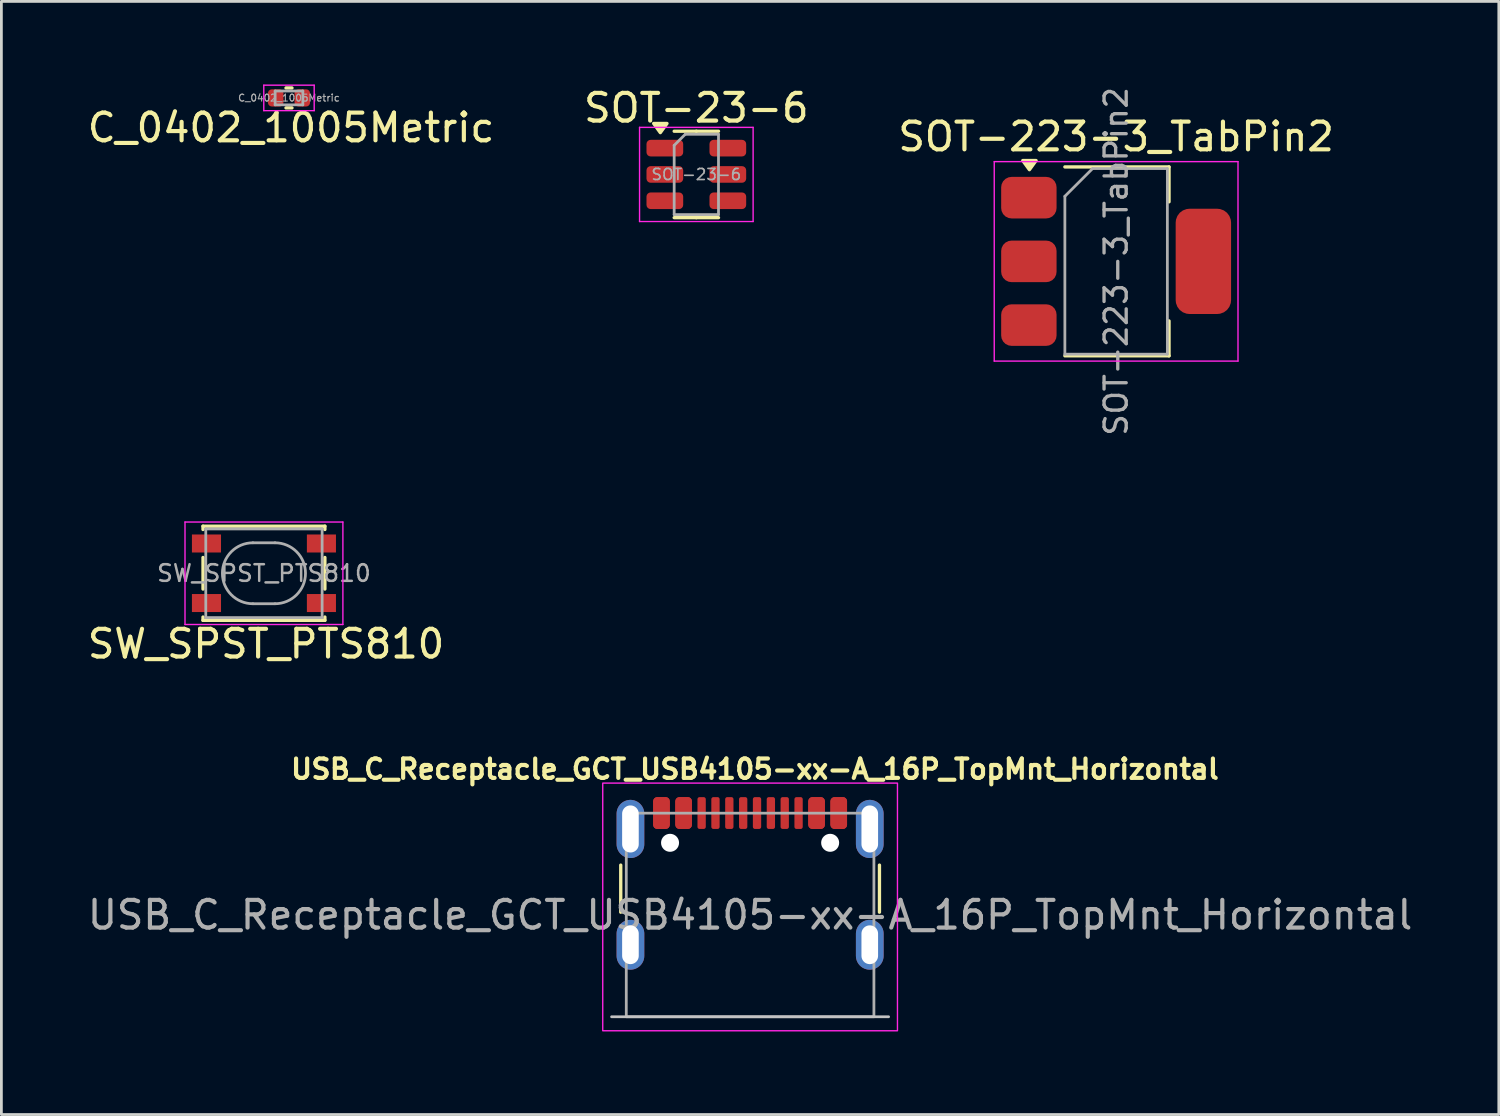
<source format=kicad_pcb>
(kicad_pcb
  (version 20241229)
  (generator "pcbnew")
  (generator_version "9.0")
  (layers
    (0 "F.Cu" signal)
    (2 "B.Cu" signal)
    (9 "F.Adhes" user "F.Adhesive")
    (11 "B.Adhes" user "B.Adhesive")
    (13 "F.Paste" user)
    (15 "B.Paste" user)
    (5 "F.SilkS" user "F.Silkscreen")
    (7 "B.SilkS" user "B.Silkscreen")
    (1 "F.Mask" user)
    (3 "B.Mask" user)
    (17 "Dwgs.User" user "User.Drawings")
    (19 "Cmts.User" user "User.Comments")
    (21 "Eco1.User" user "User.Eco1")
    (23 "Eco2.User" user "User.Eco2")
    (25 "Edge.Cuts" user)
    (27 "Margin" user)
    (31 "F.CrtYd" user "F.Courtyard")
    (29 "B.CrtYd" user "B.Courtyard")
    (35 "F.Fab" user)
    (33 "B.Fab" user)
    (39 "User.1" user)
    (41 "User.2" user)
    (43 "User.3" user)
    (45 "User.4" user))
  (footprint "SOT-223-3_TabPin2"
    (layer "F.Cu")
    (at 37.244 6.386)
    (property "Reference" "SOT-223-3_TabPin2" (at 0 -4.5 0) (layer "F.SilkS") (effects (font (size 1 1) (thickness 0.15))))
    (attr smd)
    (fp_line (start -1.85 -3.41) (end 1.91 -3.41) (stroke (width 0.12) (type solid)) (layer "F.SilkS"))
    (fp_line (start -1.85 3.41) (end 1.91 3.41) (stroke (width 0.12) (type solid)) (layer "F.SilkS"))
    (fp_line (start 1.91 -3.41) (end 1.91 -2.15) (stroke (width 0.12) (type solid)) (layer "F.SilkS"))
    (fp_line (start 1.91 3.41) (end 1.91 2.15) (stroke (width 0.12) (type solid)) (layer "F.SilkS"))
    (fp_poly (pts (xy -3.13 -3.31) (xy -3.37 -3.64) (xy -2.89 -3.64) (xy -3.13 -3.31)) (stroke (width 0.12) (type solid)) (fill yes) (layer "F.SilkS"))
    (fp_line (start -4.4 -3.6) (end -4.4 3.6) (stroke (width 0.05) (type solid)) (layer "F.CrtYd"))
    (fp_line (start -4.4 3.6) (end 4.4 3.6) (stroke (width 0.05) (type solid)) (layer "F.CrtYd"))
    (fp_line (start 4.4 -3.6) (end -4.4 -3.6) (stroke (width 0.05) (type solid)) (layer "F.CrtYd"))
    (fp_line (start 4.4 3.6) (end 4.4 -3.6) (stroke (width 0.05) (type solid)) (layer "F.CrtYd"))
    (fp_line (start -1.85 -2.35) (end -1.85 3.35) (stroke (width 0.1) (type solid)) (layer "F.Fab"))
    (fp_line (start -1.85 -2.35) (end -0.85 -3.35) (stroke (width 0.1) (type solid)) (layer "F.Fab"))
    (fp_line (start -1.85 3.35) (end 1.85 3.35) (stroke (width 0.1) (type solid)) (layer "F.Fab"))
    (fp_line (start -0.85 -3.35) (end 1.85 -3.35) (stroke (width 0.1) (type solid)) (layer "F.Fab"))
    (fp_line (start 1.85 -3.35) (end 1.85 3.35) (stroke (width 0.1) (type solid)) (layer "F.Fab"))
    (fp_text user "${REFERENCE}" (at 0 0 90) (layer "F.Fab") (effects (font (size 0.8 0.8) (thickness 0.12))))
    (pad "1" smd roundrect (at -3.15 -2.3 180) (size 2 1.5) (layers "F.Cu" "F.Mask" "F.Paste") (roundrect_rratio 0.25))
    (pad "2" smd roundrect (at -3.15 0 180) (size 2 1.5) (layers "F.Cu" "F.Mask" "F.Paste") (roundrect_rratio 0.25))
    (pad "2" smd roundrect (at 3.15 0 180) (size 2 3.8) (layers "F.Cu" "F.Mask" "F.Paste") (roundrect_rratio 0.25))
    (pad "3" smd roundrect (at -3.15 2.3 180) (size 2 1.5) (layers "F.Cu" "F.Mask" "F.Paste") (roundrect_rratio 0.25)))
  (footprint "SOT-23-6"
    (layer "F.Cu")
    (at 22.089 3.248)
    (property "Reference" "SOT-23-6" (at 0 -2.4 0) (layer "F.SilkS") (effects (font (size 1 1) (thickness 0.15))))
    (attr smd)
    (fp_line (start 0 -1.56) (end -0.8 -1.56) (stroke (width 0.12) (type solid)) (layer "F.SilkS"))
    (fp_line (start 0 -1.56) (end 0.8 -1.56) (stroke (width 0.12) (type solid)) (layer "F.SilkS"))
    (fp_line (start 0 1.56) (end -0.8 1.56) (stroke (width 0.12) (type solid)) (layer "F.SilkS"))
    (fp_line (start 0 1.56) (end 0.8 1.56) (stroke (width 0.12) (type solid)) (layer "F.SilkS"))
    (fp_poly (pts (xy -1.3 -1.51) (xy -1.54 -1.84) (xy -1.06 -1.84) (xy -1.3 -1.51)) (stroke (width 0.12) (type solid)) (fill yes) (layer "F.SilkS"))
    (fp_line (start -2.05 -1.7) (end -2.05 1.7) (stroke (width 0.05) (type solid)) (layer "F.CrtYd"))
    (fp_line (start -2.05 1.7) (end 2.05 1.7) (stroke (width 0.05) (type solid)) (layer "F.CrtYd"))
    (fp_line (start 2.05 -1.7) (end -2.05 -1.7) (stroke (width 0.05) (type solid)) (layer "F.CrtYd"))
    (fp_line (start 2.05 1.7) (end 2.05 -1.7) (stroke (width 0.05) (type solid)) (layer "F.CrtYd"))
    (fp_line (start -0.8 -1.05) (end -0.4 -1.45) (stroke (width 0.1) (type solid)) (layer "F.Fab"))
    (fp_line (start -0.8 1.45) (end -0.8 -1.05) (stroke (width 0.1) (type solid)) (layer "F.Fab"))
    (fp_line (start -0.4 -1.45) (end 0.8 -1.45) (stroke (width 0.1) (type solid)) (layer "F.Fab"))
    (fp_line (start 0.8 -1.45) (end 0.8 1.45) (stroke (width 0.1) (type solid)) (layer "F.Fab"))
    (fp_line (start 0.8 1.45) (end -0.8 1.45) (stroke (width 0.1) (type solid)) (layer "F.Fab"))
    (fp_text user "${REFERENCE}" (at 0 0 0) (layer "F.Fab") (effects (font (size 0.4 0.4) (thickness 0.06))))
    (pad "1" smd roundrect (at -1.137 -0.95) (size 1.325 0.6) (layers "F.Cu" "F.Mask" "F.Paste") (roundrect_rratio 0.25))
    (pad "2" smd roundrect (at -1.137 0) (size 1.325 0.6) (layers "F.Cu" "F.Mask" "F.Paste") (roundrect_rratio 0.25))
    (pad "3" smd roundrect (at -1.137 0.95) (size 1.325 0.6) (layers "F.Cu" "F.Mask" "F.Paste") (roundrect_rratio 0.25))
    (pad "4" smd roundrect (at 1.137 0.95) (size 1.325 0.6) (layers "F.Cu" "F.Mask" "F.Paste") (roundrect_rratio 0.25))
    (pad "5" smd roundrect (at 1.137 0) (size 1.325 0.6) (layers "F.Cu" "F.Mask" "F.Paste") (roundrect_rratio 0.25))
    (pad "6" smd roundrect (at 1.137 -0.95) (size 1.325 0.6) (layers "F.Cu" "F.Mask" "F.Paste") (roundrect_rratio 0.25)))
  (footprint "USB_C_Receptacle_GCT_USB4105-xx-A_16P_TopMnt_Horizontal"
    (layer "F.Cu")
    (at 24.03 29.982)
    (property "Reference" "USB_C_Receptacle_GCT_USB4105-xx-A_16P_TopMnt_Horizontal" (at 0.175 -5.265 0) (unlocked yes) (layer "F.SilkS") (effects (font (size 0.7 0.7) (thickness 0.15))))
    (attr smd)
    (fp_line (start -4.67 -0.1) (end -4.67 -1.8) (stroke (width 0.12) (type solid)) (layer "F.SilkS"))
    (fp_line (start 4.67 -0.1) (end 4.67 -1.8) (stroke (width 0.12) (type solid)) (layer "F.SilkS"))
    (fp_line (start 5 3.675) (end -5 3.675) (stroke (width 0.1) (type solid)) (layer "Dwgs.User"))
    (fp_rect (start -5.32 -4.76) (end 5.32 4.18) (stroke (width 0.05) (type solid)) (fill no) (layer "F.CrtYd"))
    (fp_rect (start -4.47 -3.675) (end 4.47 3.675) (stroke (width 0.1) (type solid)) (fill no) (layer "F.Fab"))
    (fp_text user "${REFERENCE}" (at 0 0 0) (unlocked yes) (layer "F.Fab") (effects (font (size 1 1) (thickness 0.15))))
    (pad "" np_thru_hole circle (at -2.89 -2.605) (size 0.65 0.65) (drill 0.65) (layers "*.Cu" "*.Mask"))
    (pad "" np_thru_hole circle (at 2.89 -2.605) (size 0.65 0.65) (drill 0.65) (layers "*.Cu" "*.Mask"))
    (pad "A1" smd roundrect (at -3.2 -3.68) (size 0.6 1.15) (layers "F.Cu" "F.Mask" "F.Paste") (roundrect_rratio 0.25))
    (pad "A4" smd roundrect (at -2.4 -3.68) (size 0.6 1.15) (layers "F.Cu" "F.Mask" "F.Paste") (roundrect_rratio 0.25))
    (pad "A5" smd roundrect (at -1.25 -3.68) (size 0.3 1.15) (layers "F.Cu" "F.Mask" "F.Paste") (roundrect_rratio 0.25))
    (pad "A6" smd roundrect (at -0.25 -3.68) (size 0.3 1.15) (layers "F.Cu" "F.Mask" "F.Paste") (roundrect_rratio 0.25))
    (pad "A7" smd roundrect (at 0.25 -3.68) (size 0.3 1.15) (layers "F.Cu" "F.Mask" "F.Paste") (roundrect_rratio 0.25))
    (pad "A8" smd roundrect (at 1.25 -3.68) (size 0.3 1.15) (layers "F.Cu" "F.Mask" "F.Paste") (roundrect_rratio 0.25))
    (pad "A9" smd roundrect (at 2.4 -3.68) (size 0.6 1.15) (layers "F.Cu" "F.Mask" "F.Paste") (roundrect_rratio 0.25))
    (pad "A12" smd roundrect (at 3.2 -3.68) (size 0.6 1.15) (layers "F.Cu" "F.Mask" "F.Paste") (roundrect_rratio 0.25))
    (pad "B1" smd roundrect (at 3.2 -3.68) (size 0.6 1.15) (layers "F.Cu" "F.Mask" "F.Paste") (roundrect_rratio 0.25))
    (pad "B4" smd roundrect (at 2.4 -3.68) (size 0.6 1.15) (layers "F.Cu" "F.Mask" "F.Paste") (roundrect_rratio 0.25))
    (pad "B5" smd roundrect (at 1.75 -3.68) (size 0.3 1.15) (layers "F.Cu" "F.Mask" "F.Paste") (roundrect_rratio 0.25))
    (pad "B6" smd roundrect (at 0.75 -3.68) (size 0.3 1.15) (layers "F.Cu" "F.Mask" "F.Paste") (roundrect_rratio 0.25))
    (pad "B7" smd roundrect (at -0.75 -3.68) (size 0.3 1.15) (layers "F.Cu" "F.Mask" "F.Paste") (roundrect_rratio 0.25))
    (pad "B8" smd roundrect (at -1.75 -3.68) (size 0.3 1.15) (layers "F.Cu" "F.Mask" "F.Paste") (roundrect_rratio 0.25))
    (pad "B9" smd roundrect (at -2.4 -3.68) (size 0.6 1.15) (layers "F.Cu" "F.Mask" "F.Paste") (roundrect_rratio 0.25))
    (pad "B12" smd roundrect (at -3.2 -3.68) (size 0.6 1.15) (layers "F.Cu" "F.Mask" "F.Paste") (roundrect_rratio 0.25))
    (pad "S1" thru_hole oval (at -4.32 -3.105) (size 1 2.1) (drill oval 0.6 1.7) (property pad_prop_heatsink) (layers "*.Cu" "*.Mask" "F.Paste"))
    (pad "S1" thru_hole oval (at -4.32 1.075) (size 1 1.8) (drill oval 0.6 1.4) (property pad_prop_heatsink) (layers "*.Cu" "*.Mask" "F.Paste"))
    (pad "S1" thru_hole oval (at 4.32 -3.105) (size 1 2.1) (drill oval 0.6 1.7) (property pad_prop_heatsink) (layers "*.Cu" "*.Mask" "F.Paste"))
    (pad "S1" thru_hole oval (at 4.32 1.075) (size 1 1.8) (drill oval 0.6 1.4) (property pad_prop_heatsink) (layers "*.Cu" "*.Mask" "F.Paste")))
  (footprint "SW_SPST_PTS810"
    (layer "F.Cu")
    (at 6.479 17.646)
    (property "Reference" "SW_SPST_PTS810" (at 0.075 2.55 0) (layer "F.SilkS") (effects (font (size 1 1) (thickness 0.15))))
    (attr smd)
    (fp_line (start -2.2 -1.7) (end -2.2 -1.58) (stroke (width 0.12) (type solid)) (layer "F.SilkS"))
    (fp_line (start -2.2 -0.57) (end -2.2 0.57) (stroke (width 0.12) (type solid)) (layer "F.SilkS"))
    (fp_line (start -2.2 1.58) (end -2.2 1.7) (stroke (width 0.12) (type solid)) (layer "F.SilkS"))
    (fp_line (start -2.2 1.7) (end 2.2 1.7) (stroke (width 0.12) (type solid)) (layer "F.SilkS"))
    (fp_line (start 2.2 -1.7) (end -2.2 -1.7) (stroke (width 0.12) (type solid)) (layer "F.SilkS"))
    (fp_line (start 2.2 -1.58) (end 2.2 -1.7) (stroke (width 0.12) (type solid)) (layer "F.SilkS"))
    (fp_line (start 2.2 0.57) (end 2.2 -0.57) (stroke (width 0.12) (type solid)) (layer "F.SilkS"))
    (fp_line (start 2.2 1.7) (end 2.2 1.58) (stroke (width 0.12) (type solid)) (layer "F.SilkS"))
    (fp_line (start -2.85 -1.85) (end 2.85 -1.85) (stroke (width 0.05) (type solid)) (layer "F.CrtYd"))
    (fp_line (start -2.85 1.85) (end -2.85 -1.85) (stroke (width 0.05) (type solid)) (layer "F.CrtYd"))
    (fp_line (start 2.85 -1.85) (end 2.85 1.85) (stroke (width 0.05) (type solid)) (layer "F.CrtYd"))
    (fp_line (start 2.85 1.85) (end -2.85 1.85) (stroke (width 0.05) (type solid)) (layer "F.CrtYd"))
    (fp_line (start -2.1 -1.6) (end -2.1 1.6) (stroke (width 0.1) (type solid)) (layer "F.Fab"))
    (fp_line (start -2.1 1.6) (end 2.1 1.6) (stroke (width 0.1) (type solid)) (layer "F.Fab"))
    (fp_line (start -0.4 -1.1) (end 0.4 -1.1) (stroke (width 0.1) (type solid)) (layer "F.Fab"))
    (fp_line (start 0.4 1.1) (end -0.4 1.1) (stroke (width 0.1) (type solid)) (layer "F.Fab"))
    (fp_line (start 2.1 -1.6) (end -2.1 -1.6) (stroke (width 0.1) (type solid)) (layer "F.Fab"))
    (fp_line (start 2.1 1.6) (end 2.1 -1.6) (stroke (width 0.1) (type solid)) (layer "F.Fab"))
    (fp_arc (start -0.4 1.1) (mid -1.5 0) (end -0.4 -1.1) (stroke (width 0.1) (type solid)) (layer "F.Fab"))
    (fp_arc (start 0.4 -1.1) (mid 1.5 0) (end 0.4 1.1) (stroke (width 0.1) (type solid)) (layer "F.Fab"))
    (fp_text user "${REFERENCE}" (at 0 0 0) (layer "F.Fab") (effects (font (size 0.6 0.6) (thickness 0.09))))
    (pad "1" smd rect (at -2.075 -1.075) (size 1.05 0.65) (layers "F.Cu" "F.Mask" "F.Paste"))
    (pad "1" smd rect (at 2.075 -1.075) (size 1.05 0.65) (layers "F.Cu" "F.Mask" "F.Paste"))
    (pad "2" smd rect (at -2.075 1.075) (size 1.05 0.65) (layers "F.Cu" "F.Mask" "F.Paste"))
    (pad "2" smd rect (at 2.075 1.075) (size 1.05 0.65) (layers "F.Cu" "F.Mask" "F.Paste")))
  (footprint "C_0402_1005Metric"
    (layer "F.Cu")
    (at 7.383 0.485)
    (property "Reference" "C_0402_1005Metric" (at 0.075 1.075 0) (layer "F.SilkS") (effects (font (size 1 1) (thickness 0.15))))
    (attr smd)
    (fp_line (start -0.108 -0.36) (end 0.108 -0.36) (stroke (width 0.12) (type solid)) (layer "F.SilkS"))
    (fp_line (start -0.108 0.36) (end 0.108 0.36) (stroke (width 0.12) (type solid)) (layer "F.SilkS"))
    (fp_line (start -0.91 -0.46) (end 0.91 -0.46) (stroke (width 0.05) (type solid)) (layer "F.CrtYd"))
    (fp_line (start -0.91 0.46) (end -0.91 -0.46) (stroke (width 0.05) (type solid)) (layer "F.CrtYd"))
    (fp_line (start 0.91 -0.46) (end 0.91 0.46) (stroke (width 0.05) (type solid)) (layer "F.CrtYd"))
    (fp_line (start 0.91 0.46) (end -0.91 0.46) (stroke (width 0.05) (type solid)) (layer "F.CrtYd"))
    (fp_line (start -0.5 -0.25) (end 0.5 -0.25) (stroke (width 0.1) (type solid)) (layer "F.Fab"))
    (fp_line (start -0.5 0.25) (end -0.5 -0.25) (stroke (width 0.1) (type solid)) (layer "F.Fab"))
    (fp_line (start 0.5 -0.25) (end 0.5 0.25) (stroke (width 0.1) (type solid)) (layer "F.Fab"))
    (fp_line (start 0.5 0.25) (end -0.5 0.25) (stroke (width 0.1) (type solid)) (layer "F.Fab"))
    (fp_text user "${REFERENCE}" (at 0 0 0) (layer "F.Fab") (effects (font (size 0.25 0.25) (thickness 0.04))))
    (pad "1" smd roundrect (at -0.48 0 180) (size 0.56 0.62) (layers "F.Cu" "F.Mask" "F.Paste") (roundrect_rratio 0.25))
    (pad "2" smd roundrect (at 0.48 0 180) (size 0.56 0.62) (layers "F.Cu" "F.Mask" "F.Paste") (roundrect_rratio 0.25)))
  (gr_rect
    (start -3 -3)
    (end 51.06 37.187)
    (stroke (width 0.1) (type default))
    (fill no)
    (layer "Edge.Cuts")))
</source>
